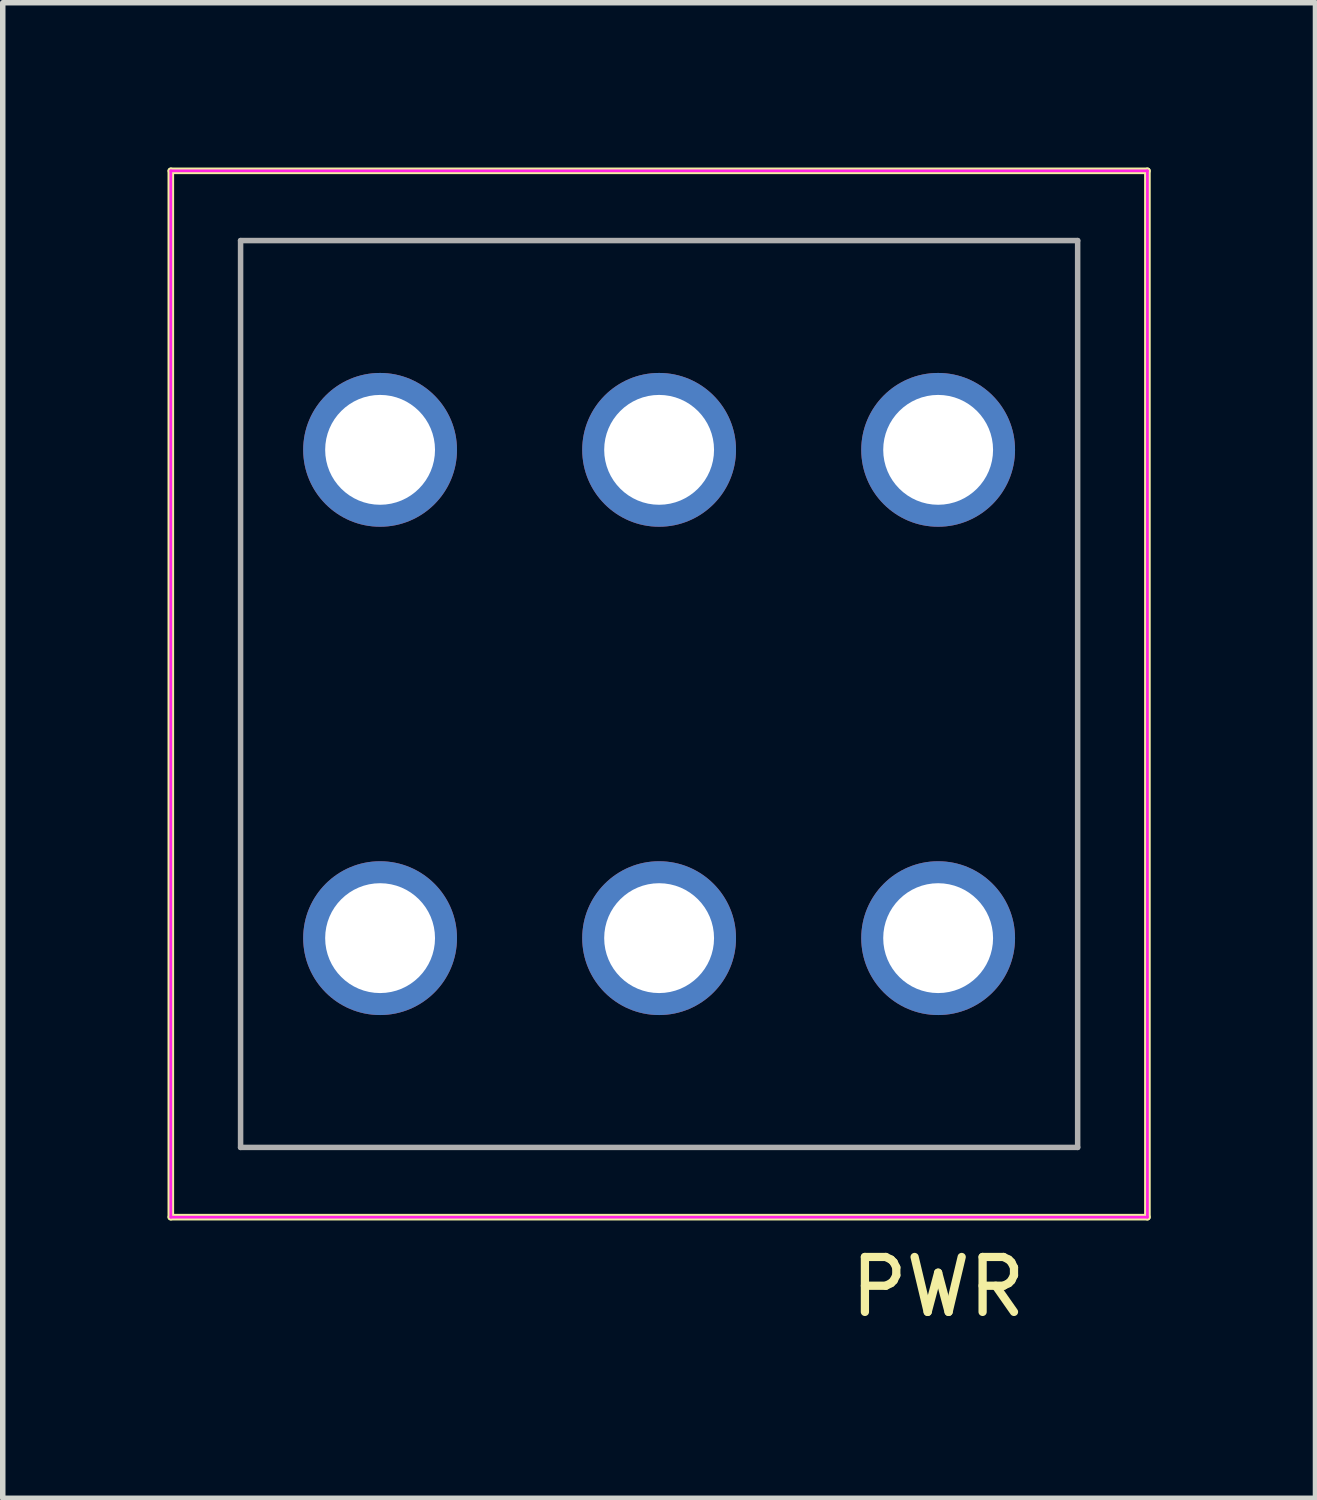
<source format=kicad_pcb>
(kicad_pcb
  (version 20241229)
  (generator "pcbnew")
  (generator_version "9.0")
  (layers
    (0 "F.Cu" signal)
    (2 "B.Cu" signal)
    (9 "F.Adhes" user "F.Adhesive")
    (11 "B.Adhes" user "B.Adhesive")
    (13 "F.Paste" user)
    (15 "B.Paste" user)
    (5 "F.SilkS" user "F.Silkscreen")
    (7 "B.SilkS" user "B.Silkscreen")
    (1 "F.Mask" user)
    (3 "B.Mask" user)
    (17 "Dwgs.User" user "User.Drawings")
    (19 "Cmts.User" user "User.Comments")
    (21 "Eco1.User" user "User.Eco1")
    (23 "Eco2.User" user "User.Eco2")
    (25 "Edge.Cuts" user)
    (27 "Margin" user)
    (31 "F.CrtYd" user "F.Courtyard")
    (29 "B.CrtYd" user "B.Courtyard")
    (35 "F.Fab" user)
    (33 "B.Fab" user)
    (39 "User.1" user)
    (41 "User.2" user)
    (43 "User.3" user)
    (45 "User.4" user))
  (footprint "PWR"
    (layer "F.Cu")
    (at 3.87 5.14)
    (property "Reference" "PWR" (at 10.16 15.24 0) (layer "F.SilkS") (effects (font (size 1 1) (thickness 0.15))))
    (attr through_hole)
    (fp_line (start -3.81 -5.08) (end -3.81 13.97) (stroke (width 0.12) (type solid)) (layer "F.SilkS"))
    (fp_line (start -3.81 13.97) (end 13.97 13.97) (stroke (width 0.12) (type solid)) (layer "F.SilkS"))
    (fp_line (start 13.97 -5.08) (end -3.81 -5.08) (stroke (width 0.12) (type solid)) (layer "F.SilkS"))
    (fp_line (start 13.97 -5.08) (end 13.97 13.97) (stroke (width 0.12) (type solid)) (layer "F.SilkS"))
    (fp_line (start -3.81 -5.08) (end -3.81 13.97) (stroke (width 0.05) (type solid)) (layer "F.CrtYd"))
    (fp_line (start -3.81 13.97) (end 13.97 13.97) (stroke (width 0.05) (type solid)) (layer "F.CrtYd"))
    (fp_line (start 13.97 -5.08) (end -3.81 -5.08) (stroke (width 0.05) (type solid)) (layer "F.CrtYd"))
    (fp_line (start 13.97 13.97) (end 13.97 -5.08) (stroke (width 0.05) (type solid)) (layer "F.CrtYd"))
    (fp_line (start -2.54 -3.81) (end -2.54 12.7) (stroke (width 0.1) (type solid)) (layer "F.Fab"))
    (fp_line (start -2.54 12.7) (end 12.7 12.7) (stroke (width 0.1) (type solid)) (layer "F.Fab"))
    (fp_line (start 12.7 -3.81) (end -2.54 -3.81) (stroke (width 0.1) (type solid)) (layer "F.Fab"))
    (fp_line (start 12.7 12.7) (end 12.7 -3.81) (stroke (width 0.1) (type solid)) (layer "F.Fab"))
    (pad "1" thru_hole circle (at 0 0) (size 2.8 2.8) (drill 2) (layers "*.Cu" "*.Mask"))
    (pad "2" thru_hole circle (at 5.08 0) (size 2.8 2.8) (drill 2) (layers "*.Cu" "*.Mask"))
    (pad "3" thru_hole circle (at 10.16 0) (size 2.8 2.8) (drill 2) (layers "*.Cu" "*.Mask"))
    (pad "4" thru_hole circle (at 0 8.89) (size 2.8 2.8) (drill 2) (layers "*.Cu" "*.Mask"))
    (pad "5" thru_hole circle (at 5.08 8.89) (size 2.8 2.8) (drill 2) (layers "*.Cu" "*.Mask"))
    (pad "6" thru_hole circle (at 10.16 8.89) (size 2.8 2.8) (drill 2) (layers "*.Cu" "*.Mask")))
  (gr_rect
    (start -3 -3)
    (end 20.9 24.228)
    (stroke (width 0.1) (type default))
    (fill no)
    (layer "Edge.Cuts")))
</source>
